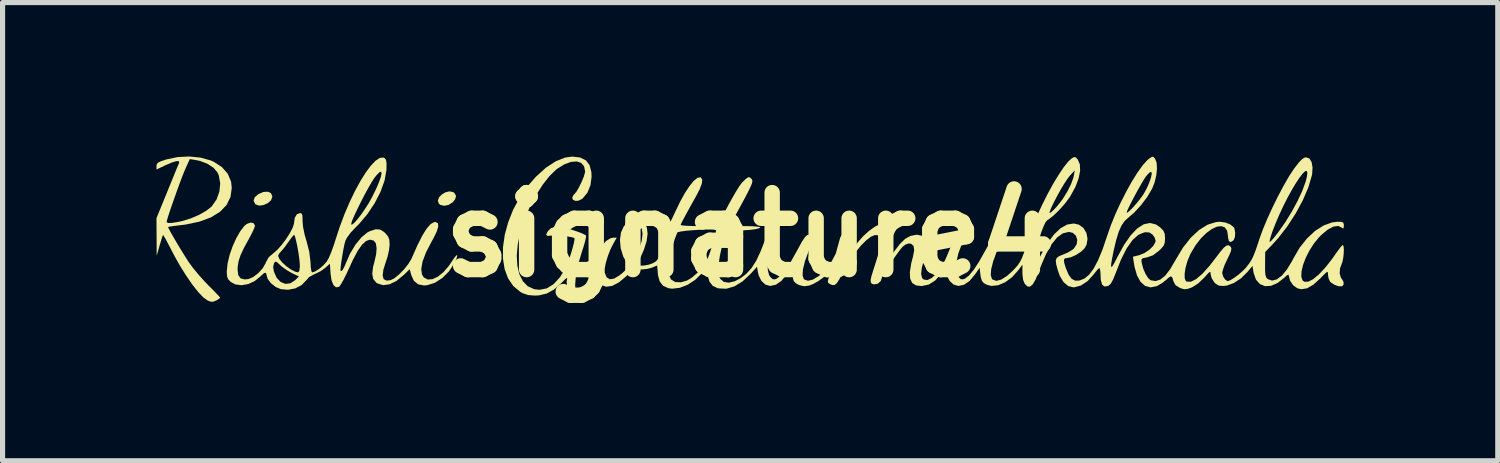
<source format=kicad_pcb>
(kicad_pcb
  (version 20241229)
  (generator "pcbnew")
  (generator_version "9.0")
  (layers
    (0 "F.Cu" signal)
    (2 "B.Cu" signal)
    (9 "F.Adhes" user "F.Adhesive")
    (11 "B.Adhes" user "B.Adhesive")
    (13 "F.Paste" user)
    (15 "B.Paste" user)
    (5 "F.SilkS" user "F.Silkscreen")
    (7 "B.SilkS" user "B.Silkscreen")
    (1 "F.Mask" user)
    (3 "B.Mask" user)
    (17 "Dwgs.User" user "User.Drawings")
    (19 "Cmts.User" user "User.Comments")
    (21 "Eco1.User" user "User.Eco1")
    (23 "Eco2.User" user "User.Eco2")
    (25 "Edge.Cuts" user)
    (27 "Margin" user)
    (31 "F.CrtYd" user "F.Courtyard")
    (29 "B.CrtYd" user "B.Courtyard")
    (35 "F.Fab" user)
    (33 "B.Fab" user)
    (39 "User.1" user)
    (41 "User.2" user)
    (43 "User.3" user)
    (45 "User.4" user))
  (footprint "signature4"
    (layer "F.Cu")
    (at 11.571 1.526)
    (property "Reference" "signature4" (at 0 0 0) (layer "F.SilkS") (effects (font (size 1.5 1.5) (thickness 0.3))))
    (attr board_only exclude_from_pos_files exclude_from_bom)
    (fp_poly (pts (xy -9.341 -0.812) (xy -9.314 -0.751) (xy -9.313 -0.741) (xy -9.338 -0.674) (xy -9.401 -0.617) (xy -9.484 -0.58) (xy -9.568 -0.568) (xy -9.637 -0.591) (xy -9.646 -0.598) (xy -9.679 -0.662) (xy -9.658 -0.729) (xy -9.588 -0.791) (xy -9.489 -0.834) (xy -9.403 -0.84)) (stroke (width 0) (type solid)) (fill yes) (layer "F.SilkS"))
    (fp_poly (pts (xy -5.793 -0.834) (xy -5.763 -0.813) (xy -5.732 -0.756) (xy -5.751 -0.691) (xy -5.798 -0.634) (xy -5.877 -0.583) (xy -5.964 -0.565) (xy -6.04 -0.583) (xy -6.067 -0.605) (xy -6.087 -0.665) (xy -6.065 -0.728) (xy -6.012 -0.784) (xy -5.941 -0.827) (xy -5.864 -0.846)) (stroke (width 0) (type solid)) (fill yes) (layer "F.SilkS"))
    (fp_poly (pts (xy -10.713 -1.504) (xy -10.517 -1.45) (xy -10.456 -1.424) (xy -10.294 -1.318) (xy -10.18 -1.187) (xy -10.117 -1.034) (xy -10.104 -0.913) (xy -10.129 -0.735) (xy -10.206 -0.58) (xy -10.333 -0.448) (xy -10.508 -0.34) (xy -10.731 -0.257) (xy -10.999 -0.2) (xy -11.147 -0.182) (xy -11.244 -0.17) (xy -11.315 -0.159) (xy -11.345 -0.151) (xy -11.345 -0.15) (xy -11.331 -0.118) (xy -11.294 -0.048) (xy -11.238 0.05) (xy -11.171 0.164) (xy -11.099 0.284) (xy -11.027 0.4) (xy -10.962 0.503) (xy -10.94 0.536) (xy -10.858 0.648) (xy -10.75 0.779) (xy -10.634 0.908) (xy -10.564 0.981) (xy -10.472 1.073) (xy -10.397 1.15) (xy -10.347 1.204) (xy -10.329 1.227) (xy -10.352 1.248) (xy -10.405 1.28) (xy -10.408 1.281) (xy -10.471 1.306) (xy -10.525 1.301) (xy -10.577 1.279) (xy -10.659 1.22) (xy -10.758 1.116) (xy -10.87 0.974) (xy -10.989 0.802) (xy -11.112 0.606) (xy -11.231 0.393) (xy -11.301 0.258) (xy -11.357 0.151) (xy -11.403 0.066) (xy -11.434 0.015) (xy -11.444 0.005) (xy -11.457 0.035) (xy -11.479 0.106) (xy -11.508 0.201) (xy -11.511 0.212) (xy -11.567 0.409) (xy -11.569 0.042) (xy -11.571 -0.25) (xy -11.374 -0.25) (xy -11.347 -0.23) (xy -11.27 -0.231) (xy -11.141 -0.252) (xy -11.07 -0.268) (xy -10.906 -0.318) (xy -10.745 -0.387) (xy -10.604 -0.466) (xy -10.5 -0.547) (xy -10.493 -0.555) (xy -10.401 -0.687) (xy -10.345 -0.842) (xy -10.329 -1.003) (xy -10.356 -1.154) (xy -10.382 -1.214) (xy -10.459 -1.306) (xy -10.577 -1.384) (xy -10.722 -1.439) (xy -10.802 -1.456) (xy -10.922 -1.475) (xy -11.007 -1.287) (xy -11.04 -1.209) (xy -11.084 -1.097) (xy -11.134 -0.963) (xy -11.187 -0.815) (xy -11.24 -0.666) (xy -11.289 -0.525) (xy -11.33 -0.403) (xy -11.359 -0.31) (xy -11.373 -0.256) (xy -11.374 -0.25) (xy -11.571 -0.25) (xy -11.571 -0.325) (xy -11.358 -0.847) (xy -11.292 -1.008) (xy -11.233 -1.153) (xy -11.184 -1.273) (xy -11.148 -1.358) (xy -11.13 -1.402) (xy -11.129 -1.404) (xy -11.133 -1.434) (xy -11.181 -1.436) (xy -11.268 -1.41) (xy -11.39 -1.358) (xy -11.395 -1.356) (xy -11.571 -1.272) (xy -11.571 -1.341) (xy -11.565 -1.378) (xy -11.539 -1.407) (xy -11.482 -1.434) (xy -11.382 -1.467) (xy -11.372 -1.47) (xy -11.157 -1.515) (xy -10.932 -1.526)) (stroke (width 0) (type solid)) (fill yes) (layer "F.SilkS"))
    (fp_poly (pts (xy -3.313 -1.506) (xy -3.202 -1.451) (xy -3.13 -1.357) (xy -3.095 -1.221) (xy -3.091 -1.131) (xy -3.113 -0.965) (xy -3.172 -0.82) (xy -3.264 -0.71) (xy -3.279 -0.697) (xy -3.351 -0.663) (xy -3.413 -0.662) (xy -3.457 -0.686) (xy -3.468 -0.729) (xy -3.438 -0.782) (xy -3.425 -0.794) (xy -3.382 -0.847) (xy -3.332 -0.934) (xy -3.282 -1.038) (xy -3.241 -1.138) (xy -3.219 -1.217) (xy -3.217 -1.237) (xy -3.238 -1.337) (xy -3.295 -1.402) (xy -3.383 -1.43) (xy -3.493 -1.42) (xy -3.62 -1.374) (xy -3.757 -1.289) (xy -3.783 -1.269) (xy -3.91 -1.146) (xy -4.043 -0.977) (xy -4.175 -0.771) (xy -4.292 -0.551) (xy -4.402 -0.295) (xy -4.482 -0.047) (xy -4.53 0.189) (xy -4.549 0.406) (xy -4.538 0.601) (xy -4.499 0.769) (xy -4.431 0.904) (xy -4.335 1.003) (xy -4.211 1.06) (xy -4.106 1.072) (xy -3.965 1.045) (xy -3.831 0.962) (xy -3.707 0.827) (xy -3.596 0.645) (xy -3.563 0.568) (xy -3.526 0.467) (xy -3.489 0.354) (xy -3.457 0.244) (xy -3.434 0.15) (xy -3.423 0.086) (xy -3.425 0.065) (xy -3.465 0.05) (xy -3.544 0.035) (xy -3.644 0.022) (xy -3.746 0.015) (xy -3.833 0.013) (xy -3.873 0.016) (xy -3.949 0.022) (xy -3.976 0.003) (xy -3.957 -0.046) (xy -3.937 -0.076) (xy -3.881 -0.13) (xy -3.804 -0.155) (xy -3.697 -0.152) (xy -3.553 -0.121) (xy -3.467 -0.096) (xy -3.355 -0.058) (xy -3.265 -0.023) (xy -3.209 0.006) (xy -3.198 0.017) (xy -3.201 0.058) (xy -3.22 0.137) (xy -3.25 0.242) (xy -3.27 0.301) (xy -3.351 0.568) (xy -3.397 0.793) (xy -3.411 0.978) (xy -3.406 1.045) (xy -3.399 1.125) (xy -3.4 1.176) (xy -3.404 1.185) (xy -3.47 1.16) (xy -3.527 1.095) (xy -3.566 1.009) (xy -3.577 0.917) (xy -3.572 0.885) (xy -3.565 0.849) (xy -3.576 0.843) (xy -3.611 0.871) (xy -3.677 0.938) (xy -3.678 0.939) (xy -3.823 1.067) (xy -3.965 1.145) (xy -4.118 1.181) (xy -4.197 1.185) (xy -4.325 1.175) (xy -4.428 1.141) (xy -4.478 1.114) (xy -4.616 1) (xy -4.719 0.849) (xy -4.786 0.668) (xy -4.818 0.461) (xy -4.817 0.237) (xy -4.783 0.000052) (xy -4.717 -0.243) (xy -4.62 -0.487) (xy -4.492 -0.725) (xy -4.334 -0.951) (xy -4.177 -1.13) (xy -3.98 -1.308) (xy -3.789 -1.433) (xy -3.607 -1.505) (xy -3.465 -1.524)) (stroke (width 0) (type solid)) (fill yes) (layer "F.SilkS"))
    (fp_poly (pts (xy -7.12 -1.49) (xy -7.097 -1.457) (xy -7.087 -1.397) (xy -7.088 -1.297) (xy -7.09 -1.257) (xy -7.126 -1.056) (xy -7.204 -0.839) (xy -7.318 -0.617) (xy -7.461 -0.402) (xy -7.628 -0.205) (xy -7.69 -0.144) (xy -7.788 -0.04) (xy -7.861 0.06) (xy -7.89 0.119) (xy -7.908 0.185) (xy -7.929 0.289) (xy -7.95 0.411) (xy -7.969 0.533) (xy -7.982 0.636) (xy -7.987 0.698) (xy -7.965 0.705) (xy -7.963 0.706) (xy -7.94 0.681) (xy -7.908 0.62) (xy -7.888 0.572) (xy -7.799 0.368) (xy -7.693 0.192) (xy -7.578 0.051) (xy -7.46 -0.046) (xy -7.41 -0.072) (xy -7.299 -0.107) (xy -7.214 -0.102) (xy -7.137 -0.056) (xy -7.11 -0.03) (xy -7.057 0.033) (xy -7.033 0.1) (xy -7.027 0.192) (xy -7.039 0.303) (xy -7.07 0.436) (xy -7.098 0.519) (xy -7.148 0.677) (xy -7.163 0.791) (xy -7.144 0.863) (xy -7.088 0.893) (xy -7.009 0.885) (xy -6.935 0.848) (xy -6.845 0.775) (xy -6.751 0.68) (xy -6.667 0.575) (xy -6.605 0.476) (xy -6.594 0.45) (xy -6.486 0.206) (xy -6.39 0.016) (xy -6.304 -0.122) (xy -6.228 -0.209) (xy -6.159 -0.247) (xy -6.126 -0.248) (xy -6.085 -0.221) (xy -6.079 -0.16) (xy -6.109 -0.063) (xy -6.175 0.072) (xy -6.208 0.131) (xy -6.317 0.341) (xy -6.385 0.52) (xy -6.411 0.665) (xy -6.396 0.776) (xy -6.359 0.833) (xy -6.284 0.872) (xy -6.191 0.865) (xy -6.087 0.816) (xy -5.979 0.729) (xy -5.875 0.609) (xy -5.823 0.533) (xy -5.761 0.44) (xy -5.721 0.397) (xy -5.707 0.402) (xy -5.721 0.455) (xy -5.766 0.553) (xy -5.767 0.555) (xy -5.871 0.714) (xy -6.001 0.843) (xy -6.146 0.936) (xy -6.296 0.983) (xy -6.357 0.988) (xy -6.472 0.965) (xy -6.555 0.896) (xy -6.605 0.785) (xy -6.636 0.67) (xy -6.754 0.785) (xy -6.894 0.899) (xy -7.028 0.965) (xy -7.153 0.982) (xy -7.263 0.949) (xy -7.292 0.929) (xy -7.347 0.859) (xy -7.366 0.76) (xy -7.35 0.625) (xy -7.323 0.525) (xy -7.29 0.381) (xy -7.281 0.258) (xy -7.296 0.166) (xy -7.335 0.114) (xy -7.336 0.114) (xy -7.41 0.095) (xy -7.486 0.121) (xy -7.565 0.193) (xy -7.649 0.313) (xy -7.741 0.486) (xy -7.805 0.625) (xy -7.867 0.759) (xy -7.925 0.875) (xy -7.974 0.962) (xy -8.009 1.011) (xy -8.016 1.016) (xy -8.074 1.023) (xy -8.123 0.978) (xy -8.159 0.887) (xy -8.179 0.755) (xy -8.179 0.746) (xy -8.191 0.564) (xy -8.286 0.648) (xy -8.373 0.71) (xy -8.468 0.757) (xy -8.487 0.764) (xy -8.595 0.823) (xy -8.65 0.885) (xy -8.743 0.981) (xy -8.867 1.045) (xy -9.007 1.072) (xy -9.146 1.06) (xy -9.247 1.018) (xy -9.34 0.944) (xy -9.404 0.86) (xy -9.426 0.784) (xy -9.437 0.741) (xy -9.472 0.745) (xy -9.533 0.799) (xy -9.541 0.808) (xy -9.654 0.9) (xy -9.782 0.96) (xy -9.914 0.983) (xy -10.035 0.967) (xy -10.123 0.92) (xy -10.171 0.871) (xy -10.194 0.817) (xy -10.201 0.736) (xy -10.2 0.701) (xy -10.185 0.557) (xy -10.146 0.394) (xy -10.088 0.227) (xy -10.017 0.069) (xy -9.939 -0.068) (xy -9.86 -0.171) (xy -9.813 -0.21) (xy -9.741 -0.238) (xy -9.683 -0.229) (xy -9.653 -0.186) (xy -9.652 -0.173) (xy -9.666 -0.129) (xy -9.702 -0.05) (xy -9.753 0.048) (xy -9.773 0.085) (xy -9.867 0.257) (xy -9.932 0.396) (xy -9.971 0.513) (xy -9.988 0.62) (xy -9.991 0.677) (xy -9.977 0.786) (xy -9.932 0.849) (xy -9.853 0.87) (xy -9.779 0.863) (xy -9.687 0.824) (xy -9.589 0.749) (xy -9.503 0.655) (xy -9.489 0.631) (xy -9.297 0.631) (xy -9.282 0.719) (xy -9.228 0.839) (xy -9.151 0.92) (xy -9.059 0.957) (xy -8.962 0.946) (xy -8.87 0.886) (xy -8.796 0.812) (xy -8.931 0.747) (xy -9.032 0.689) (xy -9.128 0.62) (xy -9.159 0.592) (xy -9.216 0.539) (xy -9.248 0.522) (xy -9.269 0.537) (xy -9.281 0.557) (xy -9.297 0.631) (xy -9.489 0.631) (xy -9.446 0.558) (xy -9.438 0.535) (xy -9.383 0.437) (xy -9.353 0.411) (xy -9.2 0.411) (xy -9.177 0.47) (xy -9.118 0.542) (xy -9.036 0.616) (xy -8.945 0.68) (xy -8.86 0.722) (xy -8.812 0.733) (xy -8.788 0.706) (xy -8.777 0.626) (xy -8.777 0.6) (xy -8.782 0.522) (xy -8.794 0.42) (xy -8.812 0.305) (xy -8.833 0.192) (xy -8.855 0.095) (xy -8.874 0.026) (xy -8.889 0.000059) (xy -8.889 0.000054) (xy -8.911 0.022) (xy -8.955 0.077) (xy -9 0.14) (xy -9.061 0.225) (xy -9.118 0.296) (xy -9.148 0.328) (xy -9.188 0.378) (xy -9.2 0.411) (xy -9.353 0.411) (xy -9.292 0.359) (xy -9.215 0.293) (xy -9.13 0.196) (xy -9.046 0.084) (xy -8.972 -0.032) (xy -8.917 -0.137) (xy -8.891 -0.219) (xy -8.89 -0.233) (xy -8.875 -0.333) (xy -8.834 -0.4) (xy -8.777 -0.423) (xy -8.745 -0.416) (xy -8.729 -0.385) (xy -8.724 -0.317) (xy -8.725 -0.273) (xy -8.714 -0.151) (xy -8.683 -0.000067) (xy -8.649 0.115) (xy -8.594 0.328) (xy -8.57 0.523) (xy -8.569 0.543) (xy -8.563 0.64) (xy -8.552 0.708) (xy -8.537 0.734) (xy -8.478 0.714) (xy -8.399 0.664) (xy -8.318 0.595) (xy -8.256 0.526) (xy -8.213 0.452) (xy -8.164 0.337) (xy -8.113 0.195) (xy -8.085 0.107) (xy -8.001 -0.151) (xy -7.973 -0.226) (xy -7.774 -0.226) (xy -7.773 -0.195) (xy -7.747 -0.205) (xy -7.701 -0.248) (xy -7.641 -0.318) (xy -7.573 -0.408) (xy -7.502 -0.511) (xy -7.433 -0.62) (xy -7.373 -0.727) (xy -7.294 -0.887) (xy -7.236 -1.021) (xy -7.199 -1.125) (xy -7.184 -1.196) (xy -7.192 -1.229) (xy -7.222 -1.222) (xy -7.275 -1.169) (xy -7.324 -1.109) (xy -7.373 -1.033) (xy -7.437 -0.923) (xy -7.51 -0.79) (xy -7.584 -0.646) (xy -7.654 -0.505) (xy -7.714 -0.378) (xy -7.757 -0.278) (xy -7.774 -0.226) (xy -7.973 -0.226) (xy -7.908 -0.4) (xy -7.807 -0.636) (xy -7.703 -0.853) (xy -7.597 -1.047) (xy -7.493 -1.213) (xy -7.393 -1.347) (xy -7.301 -1.444) (xy -7.219 -1.498) (xy -7.15 -1.506)) (stroke (width 0) (type solid)) (fill yes) (layer "F.SilkS"))
    (fp_poly (pts (xy 7.884 -1.493) (xy 7.892 -1.482) (xy 7.922 -1.404) (xy 7.929 -1.29) (xy 7.915 -1.157) (xy 7.882 -1.019) (xy 7.834 -0.898) (xy 7.74 -0.739) (xy 7.619 -0.578) (xy 7.487 -0.435) (xy 7.375 -0.338) (xy 7.299 -0.269) (xy 7.236 -0.177) (xy 7.182 -0.055) (xy 7.132 0.108) (xy 7.083 0.318) (xy 7.081 0.325) (xy 7.051 0.478) (xy 7.035 0.577) (xy 7.036 0.625) (xy 7.053 0.622) (xy 7.087 0.569) (xy 7.14 0.468) (xy 7.155 0.437) (xy 7.287 0.197) (xy 7.417 0.01) (xy 7.545 -0.124) (xy 7.671 -0.205) (xy 7.793 -0.23) (xy 7.91 -0.201) (xy 7.993 -0.143) (xy 8.053 -0.081) (xy 8.08 -0.018) (xy 8.086 0.07) (xy 8.081 0.151) (xy 8.06 0.21) (xy 8.011 0.27) (xy 7.967 0.312) (xy 7.85 0.4) (xy 7.733 0.441) (xy 7.732 0.441) (xy 7.659 0.455) (xy 7.628 0.476) (xy 7.627 0.521) (xy 7.634 0.56) (xy 7.663 0.665) (xy 7.707 0.765) (xy 7.757 0.844) (xy 7.804 0.885) (xy 7.805 0.886) (xy 7.901 0.902) (xy 7.994 0.873) (xy 8.089 0.797) (xy 8.186 0.67) (xy 8.291 0.491) (xy 8.296 0.482) (xy 8.436 0.249) (xy 8.589 0.055) (xy 8.75 -0.094) (xy 8.916 -0.197) (xy 9.081 -0.248) (xy 9.152 -0.254) (xy 9.26 -0.24) (xy 9.356 -0.202) (xy 9.422 -0.15) (xy 9.437 -0.126) (xy 9.453 -0.043) (xy 9.448 0.042) (xy 9.424 0.104) (xy 9.421 0.107) (xy 9.367 0.142) (xy 9.331 0.124) (xy 9.314 0.055) (xy 9.313 0.03) (xy 9.297 -0.077) (xy 9.252 -0.143) (xy 9.183 -0.168) (xy 9.097 -0.158) (xy 8.998 -0.112) (xy 8.893 -0.036) (xy 8.786 0.069) (xy 8.683 0.201) (xy 8.59 0.356) (xy 8.575 0.387) (xy 8.522 0.513) (xy 8.486 0.64) (xy 8.468 0.755) (xy 8.469 0.847) (xy 8.492 0.903) (xy 8.506 0.912) (xy 8.59 0.915) (xy 8.692 0.864) (xy 8.813 0.761) (xy 8.953 0.605) (xy 9.074 0.449) (xy 9.166 0.328) (xy 9.234 0.249) (xy 9.285 0.21) (xy 9.325 0.204) (xy 9.36 0.228) (xy 9.368 0.237) (xy 9.379 0.269) (xy 9.37 0.321) (xy 9.335 0.403) (xy 9.301 0.473) (xy 9.252 0.577) (xy 9.217 0.671) (xy 9.201 0.736) (xy 9.2 0.742) (xy 9.217 0.81) (xy 9.256 0.871) (xy 9.302 0.902) (xy 9.31 0.903) (xy 9.359 0.885) (xy 9.434 0.839) (xy 9.52 0.775) (xy 9.601 0.705) (xy 9.665 0.639) (xy 9.67 0.632) (xy 9.723 0.563) (xy 9.764 0.501) (xy 9.799 0.434) (xy 9.834 0.349) (xy 9.875 0.234) (xy 9.906 0.14) (xy 10.125 0.14) (xy 10.127 0.141) (xy 10.153 0.12) (xy 10.203 0.064) (xy 10.267 -0.017) (xy 10.292 -0.049) (xy 10.43 -0.245) (xy 10.558 -0.454) (xy 10.671 -0.663) (xy 10.763 -0.862) (xy 10.827 -1.037) (xy 10.852 -1.136) (xy 10.86 -1.214) (xy 10.846 -1.246) (xy 10.813 -1.236) (xy 10.765 -1.189) (xy 10.705 -1.111) (xy 10.635 -1.005) (xy 10.558 -0.876) (xy 10.477 -0.729) (xy 10.396 -0.57) (xy 10.317 -0.401) (xy 10.243 -0.229) (xy 10.177 -0.06) (xy 10.146 0.035) (xy 10.127 0.106) (xy 10.125 0.14) (xy 9.906 0.14) (xy 9.926 0.079) (xy 9.991 -0.101) (xy 10.077 -0.307) (xy 10.177 -0.526) (xy 10.285 -0.746) (xy 10.395 -0.953) (xy 10.5 -1.136) (xy 10.595 -1.281) (xy 10.618 -1.312) (xy 10.699 -1.415) (xy 10.761 -1.477) (xy 10.809 -1.505) (xy 10.837 -1.51) (xy 10.901 -1.485) (xy 10.943 -1.416) (xy 10.961 -1.312) (xy 10.953 -1.184) (xy 10.946 -1.15) (xy 10.878 -0.922) (xy 10.772 -0.674) (xy 10.634 -0.419) (xy 10.472 -0.169) (xy 10.293 0.063) (xy 10.179 0.189) (xy 10.038 0.335) (xy 10.036 0.579) (xy 10.036 0.7) (xy 10.042 0.778) (xy 10.055 0.825) (xy 10.079 0.856) (xy 10.089 0.864) (xy 10.172 0.893) (xy 10.263 0.87) (xy 10.361 0.798) (xy 10.46 0.679) (xy 10.559 0.516) (xy 10.587 0.461) (xy 10.709 0.252) (xy 10.853 0.071) (xy 11.011 -0.076) (xy 11.178 -0.182) (xy 11.345 -0.242) (xy 11.451 -0.254) (xy 11.527 -0.251) (xy 11.561 -0.235) (xy 11.571 -0.196) (xy 11.571 -0.178) (xy 11.566 -0.128) (xy 11.547 -0.127) (xy 11.537 -0.135) (xy 11.464 -0.172) (xy 11.37 -0.16) (xy 11.258 -0.102) (xy 11.135 0.001) (xy 11.086 0.05) (xy 10.985 0.174) (xy 10.898 0.311) (xy 10.827 0.452) (xy 10.775 0.59) (xy 10.746 0.714) (xy 10.742 0.817) (xy 10.765 0.888) (xy 10.8 0.915) (xy 10.875 0.915) (xy 10.97 0.867) (xy 11.082 0.775) (xy 11.207 0.642) (xy 11.341 0.472) (xy 11.408 0.376) (xy 11.469 0.291) (xy 11.518 0.228) (xy 11.548 0.199) (xy 11.55 0.198) (xy 11.565 0.222) (xy 11.571 0.285) (xy 11.568 0.369) (xy 11.558 0.457) (xy 11.542 0.531) (xy 11.529 0.564) (xy 11.496 0.657) (xy 11.49 0.755) (xy 11.513 0.836) (xy 11.529 0.857) (xy 11.565 0.917) (xy 11.565 0.973) (xy 11.534 1.004) (xy 11.472 1.004) (xy 11.394 0.977) (xy 11.324 0.934) (xy 11.299 0.909) (xy 11.272 0.845) (xy 11.262 0.777) (xy 11.26 0.737) (xy 11.25 0.722) (xy 11.224 0.737) (xy 11.174 0.786) (xy 11.111 0.851) (xy 10.976 0.973) (xy 10.855 1.043) (xy 10.743 1.061) (xy 10.665 1.043) (xy 10.584 0.985) (xy 10.523 0.896) (xy 10.499 0.801) (xy 10.499 0.8) (xy 10.491 0.778) (xy 10.461 0.791) (xy 10.407 0.84) (xy 10.276 0.942) (xy 10.149 0.995) (xy 10.033 1.001) (xy 9.934 0.96) (xy 9.858 0.874) (xy 9.812 0.744) (xy 9.81 0.728) (xy 9.79 0.607) (xy 9.69 0.727) (xy 9.567 0.848) (xy 9.429 0.939) (xy 9.29 0.99) (xy 9.224 0.998) (xy 9.136 0.991) (xy 9.074 0.955) (xy 9.042 0.922) (xy 8.996 0.848) (xy 8.975 0.774) (xy 8.975 0.768) (xy 8.972 0.731) (xy 8.96 0.723) (xy 8.929 0.747) (xy 8.873 0.809) (xy 8.847 0.838) (xy 8.73 0.95) (xy 8.614 1.023) (xy 8.598 1.03) (xy 8.516 1.057) (xy 8.457 1.061) (xy 8.392 1.042) (xy 8.373 1.034) (xy 8.29 0.982) (xy 8.252 0.912) (xy 8.229 0.835) (xy 8.203 0.809) (xy 8.161 0.831) (xy 8.118 0.871) (xy 8.033 0.938) (xy 7.939 0.994) (xy 7.923 1.001) (xy 7.805 1.025) (xy 7.699 0.997) (xy 7.61 0.919) (xy 7.54 0.794) (xy 7.491 0.624) (xy 7.484 0.583) (xy 7.46 0.428) (xy 7.587 0.396) (xy 7.687 0.355) (xy 7.782 0.291) (xy 7.857 0.216) (xy 7.898 0.142) (xy 7.902 0.116) (xy 7.883 0.053) (xy 7.843 -0.003) (xy 7.783 -0.044) (xy 7.71 -0.05) (xy 7.683 -0.047) (xy 7.565 0.001) (xy 7.451 0.104) (xy 7.339 0.264) (xy 7.229 0.48) (xy 7.125 0.744) (xy 7.074 0.871) (xy 7.029 0.952) (xy 6.985 0.993) (xy 6.981 0.995) (xy 6.909 1.009) (xy 6.861 0.974) (xy 6.835 0.888) (xy 6.83 0.801) (xy 6.826 0.717) (xy 6.816 0.662) (xy 6.806 0.649) (xy 6.778 0.67) (xy 6.731 0.725) (xy 6.693 0.774) (xy 6.577 0.903) (xy 6.448 0.988) (xy 6.316 1.024) (xy 6.303 1.025) (xy 6.2 1) (xy 6.11 0.925) (xy 6.035 0.802) (xy 5.999 0.702) (xy 5.966 0.582) (xy 5.956 0.503) (xy 5.974 0.452) (xy 6.022 0.416) (xy 6.1 0.385) (xy 6.197 0.343) (xy 6.281 0.292) (xy 6.311 0.267) (xy 6.364 0.184) (xy 6.375 0.096) (xy 6.348 0.017) (xy 6.288 -0.038) (xy 6.212 -0.056) (xy 6.096 -0.029) (xy 5.982 0.052) (xy 5.872 0.189) (xy 5.764 0.381) (xy 5.658 0.628) (xy 5.626 0.714) (xy 5.565 0.867) (xy 5.508 0.965) (xy 5.454 1.011) (xy 5.402 1.006) (xy 5.35 0.953) (xy 5.32 0.878) (xy 5.306 0.767) (xy 5.306 0.736) (xy 5.306 0.582) (xy 5.222 0.696) (xy 5.103 0.828) (xy 4.971 0.925) (xy 4.834 0.983) (xy 4.704 0.997) (xy 4.617 0.976) (xy 4.554 0.942) (xy 4.515 0.894) (xy 4.493 0.818) (xy 4.481 0.724) (xy 4.473 0.643) (xy 4.383 0.771) (xy 4.277 0.899) (xy 4.17 0.973) (xy 4.059 0.997) (xy 4.057 0.997) (xy 3.966 0.971) (xy 3.888 0.9) (xy 3.834 0.795) (xy 3.822 0.748) (xy 3.804 0.649) (xy 3.725 0.758) (xy 3.606 0.891) (xy 3.481 0.97) (xy 3.343 0.999) (xy 3.338 0.999) (xy 3.23 0.986) (xy 3.157 0.938) (xy 3.118 0.853) (xy 3.112 0.728) (xy 3.138 0.56) (xy 3.173 0.427) (xy 3.197 0.301) (xy 3.185 0.217) (xy 3.136 0.175) (xy 3.094 0.169) (xy 3.029 0.189) (xy 2.971 0.233) (xy 2.925 0.288) (xy 2.864 0.371) (xy 2.793 0.471) (xy 2.721 0.578) (xy 2.655 0.678) (xy 2.603 0.762) (xy 2.573 0.817) (xy 2.568 0.832) (xy 2.545 0.902) (xy 2.488 0.953) (xy 2.418 0.967) (xy 2.414 0.967) (xy 2.373 0.954) (xy 2.351 0.928) (xy 2.348 0.882) (xy 2.364 0.804) (xy 2.4 0.688) (xy 2.425 0.612) (xy 2.491 0.398) (xy 2.528 0.229) (xy 2.535 0.106) (xy 2.527 0.059) (xy 2.49 0.01) (xy 2.431 0.005) (xy 2.352 0.039) (xy 2.26 0.11) (xy 2.159 0.211) (xy 2.053 0.34) (xy 1.948 0.49) (xy 1.847 0.657) (xy 1.796 0.755) (xy 1.735 0.873) (xy 1.687 0.945) (xy 1.645 0.979) (xy 1.6 0.98) (xy 1.552 0.959) (xy 1.52 0.937) (xy 1.513 0.906) (xy 1.528 0.846) (xy 1.54 0.814) (xy 1.559 0.746) (xy 1.567 0.695) (xy 1.563 0.672) (xy 1.548 0.688) (xy 1.535 0.717) (xy 1.495 0.772) (xy 1.419 0.838) (xy 1.325 0.905) (xy 1.228 0.959) (xy 1.154 0.989) (xy 1.055 1.003) (xy 0.963 0.983) (xy 0.947 0.976) (xy 0.885 0.942) (xy 0.846 0.894) (xy 0.824 0.817) (xy 0.812 0.724) (xy 0.804 0.643) (xy 0.715 0.771) (xy 0.608 0.899) (xy 0.501 0.973) (xy 0.39 0.997) (xy 0.388 0.997) (xy 0.297 0.971) (xy 0.219 0.899) (xy 0.166 0.793) (xy 0.152 0.733) (xy 0.134 0.623) (xy 0.009 0.761) (xy -0.148 0.908) (xy -0.308 1.006) (xy -0.467 1.052) (xy -0.62 1.044) (xy -0.637 1.04) (xy -0.731 0.994) (xy -0.793 0.913) (xy -0.831 0.788) (xy -0.835 0.767) (xy -0.854 0.646) (xy -0.937 0.746) (xy -1.069 0.876) (xy -1.218 0.974) (xy -1.373 1.034) (xy -1.521 1.051) (xy -1.597 1.04) (xy -1.698 0.993) (xy -1.762 0.913) (xy -1.796 0.791) (xy -1.8 0.75) (xy -1.804 0.7) (xy -1.59 0.7) (xy -1.572 0.812) (xy -1.541 0.872) (xy -1.46 0.921) (xy -1.349 0.926) (xy -1.229 0.891) (xy -1.141 0.838) (xy -1.041 0.753) (xy -0.946 0.653) (xy -0.872 0.554) (xy -0.855 0.525) (xy -0.824 0.455) (xy -0.788 0.357) (xy -0.75 0.244) (xy -0.715 0.129) (xy -0.687 0.026) (xy -0.669 -0.051) (xy -0.666 -0.09) (xy -0.667 -0.09) (xy -0.7 -0.099) (xy -0.776 -0.103) (xy -0.883 -0.102) (xy -1.006 -0.096) (xy -1.133 -0.088) (xy -1.25 -0.078) (xy -1.345 -0.065) (xy -1.405 -0.052) (xy -1.418 -0.045) (xy -1.436 -0.005) (xy -1.466 0.074) (xy -1.501 0.177) (xy -1.512 0.212) (xy -1.56 0.39) (xy -1.586 0.556) (xy -1.59 0.7) (xy -1.804 0.7) (xy -1.813 0.598) (xy -1.912 0.64) (xy -2.005 0.665) (xy -2.113 0.676) (xy -2.141 0.675) (xy -2.215 0.675) (xy -2.271 0.69) (xy -2.327 0.727) (xy -2.402 0.796) (xy -2.409 0.803) (xy -2.557 0.927) (xy -2.689 0.996) (xy -2.808 1.012) (xy -2.915 0.974) (xy -2.969 0.93) (xy -3.015 0.881) (xy -3.039 0.836) (xy -3.047 0.778) (xy -3.044 0.688) (xy -3.042 0.652) (xy -3.015 0.492) (xy -2.964 0.344) (xy -2.893 0.217) (xy -2.809 0.121) (xy -2.719 0.066) (xy -2.665 0.056) (xy -2.6 0.056) (xy -2.669 0.176) (xy -2.726 0.291) (xy -2.776 0.421) (xy -2.814 0.55) (xy -2.835 0.661) (xy -2.835 0.738) (xy -2.798 0.828) (xy -2.737 0.867) (xy -2.653 0.854) (xy -2.547 0.791) (xy -2.481 0.737) (xy -2.412 0.672) (xy -2.381 0.629) (xy -2.38 0.596) (xy -2.392 0.574) (xy -2.475 0.421) (xy -2.524 0.26) (xy -2.532 0.167) (xy -2.399 0.167) (xy -2.386 0.314) (xy -2.355 0.417) (xy -2.325 0.482) (xy -2.305 0.502) (xy -2.28 0.482) (xy -2.267 0.466) (xy -2.229 0.405) (xy -2.185 0.32) (xy -2.17 0.287) (xy -2.114 0.121) (xy -2.097 -0.023) (xy -2.114 -0.122) (xy -2.157 -0.182) (xy -2.216 -0.191) (xy -2.283 -0.15) (xy -2.334 -0.088) (xy -2.382 0.026) (xy -2.399 0.167) (xy -2.532 0.167) (xy -2.538 0.102) (xy -2.518 -0.044) (xy -2.463 -0.165) (xy -2.389 -0.241) (xy -2.301 -0.276) (xy -2.197 -0.28) (xy -2.102 -0.255) (xy -2.06 -0.226) (xy -2.013 -0.14) (xy -1.999 -0.02) (xy -2.019 0.127) (xy -2.071 0.29) (xy -2.103 0.365) (xy -2.148 0.462) (xy -2.177 0.539) (xy -2.188 0.583) (xy -2.187 0.588) (xy -2.141 0.602) (xy -2.063 0.599) (xy -1.974 0.582) (xy -1.895 0.553) (xy -1.894 0.552) (xy -1.85 0.527) (xy -1.817 0.498) (xy -1.788 0.454) (xy -1.76 0.386) (xy -1.726 0.283) (xy -1.684 0.145) (xy -1.651 0.032) (xy -1.633 -0.039) (xy -1.631 -0.078) (xy -1.643 -0.096) (xy -1.667 -0.105) (xy -1.715 -0.129) (xy -1.711 -0.155) (xy -1.655 -0.174) (xy -1.65 -0.175) (xy -1.614 -0.186) (xy -1.58 -0.217) (xy -1.542 -0.277) (xy -1.494 -0.375) (xy -1.458 -0.453) (xy -1.364 -0.648) (xy -1.27 -0.817) (xy -1.18 -0.953) (xy -1.098 -1.052) (xy -1.027 -1.11) (xy -0.971 -1.12) (xy -0.961 -1.116) (xy -0.934 -1.073) (xy -0.943 -0.997) (xy -0.986 -0.884) (xy -1.049 -0.762) (xy -1.15 -0.581) (xy -1.226 -0.443) (xy -1.281 -0.342) (xy -1.318 -0.273) (xy -1.34 -0.228) (xy -1.351 -0.203) (xy -1.354 -0.191) (xy -1.328 -0.183) (xy -1.255 -0.176) (xy -1.147 -0.172) (xy -1.013 -0.169) (xy -0.974 -0.169) (xy -0.814 -0.171) (xy -0.703 -0.175) (xy -0.635 -0.182) (xy -0.6 -0.194) (xy -0.593 -0.207) (xy -0.579 -0.258) (xy -0.542 -0.346) (xy -0.487 -0.46) (xy -0.421 -0.587) (xy -0.349 -0.717) (xy -0.279 -0.838) (xy -0.216 -0.939) (xy -0.165 -1.009) (xy -0.153 -1.023) (xy -0.083 -1.091) (xy -0.038 -1.122) (xy -0.005 -1.119) (xy 0.029 -1.086) (xy 0.029 -1.086) (xy 0.04 -1.067) (xy 0.043 -1.042) (xy 0.035 -1.003) (xy 0.012 -0.946) (xy -0.027 -0.864) (xy -0.086 -0.749) (xy -0.168 -0.597) (xy -0.251 -0.445) (xy -0.4 -0.169) (xy -0.101 -0.169) (xy 0.021 -0.167) (xy 0.119 -0.161) (xy 0.181 -0.153) (xy 0.198 -0.145) (xy 0.171 -0.126) (xy 0.099 -0.109) (xy -0.007 -0.095) (xy -0.136 -0.087) (xy -0.24 -0.085) (xy -0.35 -0.079) (xy -0.423 -0.063) (xy -0.444 -0.049) (xy -0.482 0.021) (xy -0.522 0.131) (xy -0.559 0.265) (xy -0.59 0.407) (xy -0.61 0.54) (xy -0.613 0.57) (xy -0.619 0.692) (xy -0.614 0.774) (xy -0.598 0.832) (xy -0.582 0.86) (xy -0.513 0.918) (xy -0.415 0.933) (xy -0.297 0.904) (xy -0.19 0.848) (xy -0.073 0.759) (xy 0.028 0.647) (xy 0.119 0.504) (xy 0.205 0.319) (xy 0.267 0.16) (xy 0.309 0.064) (xy 0.359 -0.021) (xy 0.379 -0.048) (xy 0.428 -0.095) (xy 0.469 -0.102) (xy 0.5 -0.089) (xy 0.527 -0.072) (xy 0.539 -0.051) (xy 0.534 -0.013) (xy 0.51 0.053) (xy 0.466 0.157) (xy 0.459 0.172) (xy 0.388 0.364) (xy 0.349 0.535) (xy 0.342 0.678) (xy 0.368 0.785) (xy 0.389 0.817) (xy 0.434 0.864) (xy 0.477 0.869) (xy 0.518 0.854) (xy 0.595 0.795) (xy 0.688 0.683) (xy 0.796 0.519) (xy 0.916 0.304) (xy 0.932 0.275) (xy 1.007 0.138) (xy 1.065 0.05) (xy 1.108 0.007) (xy 1.127 0) (xy 1.183 0.009) (xy 1.21 0.041) (xy 1.211 0.103) (xy 1.184 0.201) (xy 1.137 0.326) (xy 1.067 0.518) (xy 1.029 0.673) (xy 1.021 0.788) (xy 1.044 0.861) (xy 1.054 0.871) (xy 1.126 0.896) (xy 1.221 0.874) (xy 1.334 0.806) (xy 1.404 0.749) (xy 1.561 0.571) (xy 1.669 0.365) (xy 1.719 0.183) (xy 1.754 0.055) (xy 1.803 -0.023) (xy 1.87 -0.052) (xy 1.905 -0.05) (xy 1.942 -0.034) (xy 1.958 0.011) (xy 1.96 0.071) (xy 1.954 0.175) (xy 1.939 0.275) (xy 1.938 0.282) (xy 1.926 0.345) (xy 1.93 0.359) (xy 1.955 0.332) (xy 1.96 0.325) (xy 2.002 0.272) (xy 2.062 0.194) (xy 2.11 0.132) (xy 2.208 0.022) (xy 2.321 -0.079) (xy 2.434 -0.16) (xy 2.531 -0.208) (xy 2.546 -0.212) (xy 2.652 -0.219) (xy 2.727 -0.178) (xy 2.772 -0.09) (xy 2.787 0.045) (xy 2.771 0.227) (xy 2.748 0.353) (xy 2.739 0.4) (xy 2.745 0.409) (xy 2.772 0.376) (xy 2.807 0.325) (xy 2.919 0.178) (xy 3.021 0.079) (xy 3.124 0.022) (xy 3.235 0.000482) (xy 3.257 0) (xy 3.355 0.021) (xy 3.416 0.085) (xy 3.439 0.19) (xy 3.425 0.336) (xy 3.387 0.484) (xy 3.344 0.649) (xy 3.332 0.769) (xy 3.353 0.845) (xy 3.381 0.872) (xy 3.455 0.882) (xy 3.539 0.842) (xy 3.629 0.76) (xy 3.718 0.639) (xy 3.803 0.486) (xy 3.855 0.364) (xy 3.927 0.186) (xy 3.984 0.056) (xy 4.031 -0.031) (xy 4.072 -0.082) (xy 4.11 -0.102) (xy 4.151 -0.097) (xy 4.172 -0.087) (xy 4.197 -0.071) (xy 4.208 -0.048) (xy 4.201 -0.008) (xy 4.176 0.061) (xy 4.129 0.17) (xy 4.128 0.172) (xy 4.057 0.364) (xy 4.018 0.535) (xy 4.011 0.678) (xy 4.037 0.785) (xy 4.057 0.817) (xy 4.103 0.864) (xy 4.146 0.869) (xy 4.187 0.854) (xy 4.264 0.795) (xy 4.357 0.683) (xy 4.464 0.519) (xy 4.585 0.304) (xy 4.601 0.275) (xy 4.676 0.138) (xy 4.734 0.05) (xy 4.777 0.007) (xy 4.796 0) (xy 4.852 0.009) (xy 4.879 0.041) (xy 4.88 0.103) (xy 4.853 0.201) (xy 4.806 0.326) (xy 4.736 0.518) (xy 4.697 0.673) (xy 4.689 0.788) (xy 4.713 0.861) (xy 4.723 0.871) (xy 4.797 0.898) (xy 4.892 0.874) (xy 5.006 0.802) (xy 5.109 0.709) (xy 5.17 0.646) (xy 5.218 0.59) (xy 5.258 0.53) (xy 5.295 0.457) (xy 5.333 0.361) (xy 5.377 0.232) (xy 5.431 0.061) (xy 5.446 0.014) (xy 5.512 -0.174) (xy 5.595 -0.377) (xy 5.621 -0.433) (xy 5.835 -0.433) (xy 5.839 -0.423) (xy 5.87 -0.443) (xy 5.925 -0.495) (xy 5.992 -0.568) (xy 5.993 -0.569) (xy 6.091 -0.696) (xy 6.181 -0.841) (xy 6.254 -0.988) (xy 6.301 -1.117) (xy 6.309 -1.157) (xy 6.326 -1.256) (xy 6.225 -1.145) (xy 6.18 -1.086) (xy 6.123 -0.999) (xy 6.059 -0.893) (xy 5.995 -0.778) (xy 5.935 -0.664) (xy 5.885 -0.563) (xy 5.849 -0.482) (xy 5.835 -0.433) (xy 5.621 -0.433) (xy 5.692 -0.586) (xy 5.796 -0.793) (xy 5.903 -0.989) (xy 6.01 -1.166) (xy 6.11 -1.315) (xy 6.199 -1.427) (xy 6.266 -1.488) (xy 6.315 -1.516) (xy 6.349 -1.506) (xy 6.383 -1.469) (xy 6.425 -1.374) (xy 6.431 -1.247) (xy 6.401 -1.096) (xy 6.338 -0.93) (xy 6.243 -0.757) (xy 6.216 -0.716) (xy 6.126 -0.597) (xy 6.021 -0.48) (xy 5.915 -0.377) (xy 5.821 -0.303) (xy 5.793 -0.286) (xy 5.757 -0.244) (xy 5.715 -0.157) (xy 5.67 -0.039) (xy 5.627 0.098) (xy 5.588 0.243) (xy 5.557 0.383) (xy 5.537 0.507) (xy 5.533 0.587) (xy 5.54 0.609) (xy 5.56 0.591) (xy 5.597 0.53) (xy 5.654 0.42) (xy 5.665 0.397) (xy 5.789 0.174) (xy 5.918 -0.002) (xy 6.049 -0.127) (xy 6.179 -0.2) (xy 6.308 -0.22) (xy 6.407 -0.197) (xy 6.496 -0.132) (xy 6.554 -0.035) (xy 6.575 0.078) (xy 6.557 0.192) (xy 6.517 0.265) (xy 6.446 0.332) (xy 6.35 0.394) (xy 6.253 0.437) (xy 6.183 0.452) (xy 6.135 0.459) (xy 6.115 0.487) (xy 6.121 0.547) (xy 6.151 0.646) (xy 6.206 0.777) (xy 6.265 0.858) (xy 6.336 0.894) (xy 6.415 0.892) (xy 6.513 0.855) (xy 6.605 0.779) (xy 6.693 0.662) (xy 6.78 0.499) (xy 6.867 0.288) (xy 6.957 0.023) (xy 6.957 0.023) (xy 7.03 -0.186) (xy 7.119 -0.405) (xy 7.132 -0.434) (xy 7.338 -0.434) (xy 7.354 -0.433) (xy 7.395 -0.467) (xy 7.454 -0.526) (xy 7.521 -0.602) (xy 7.589 -0.684) (xy 7.647 -0.763) (xy 7.673 -0.802) (xy 7.732 -0.911) (xy 7.78 -1.021) (xy 7.813 -1.119) (xy 7.827 -1.192) (xy 7.817 -1.228) (xy 7.787 -1.216) (xy 7.74 -1.169) (xy 7.707 -1.128) (xy 7.666 -1.064) (xy 7.611 -0.971) (xy 7.548 -0.859) (xy 7.484 -0.74) (xy 7.425 -0.627) (xy 7.377 -0.53) (xy 7.346 -0.461) (xy 7.338 -0.434) (xy 7.132 -0.434) (xy 7.22 -0.625) (xy 7.329 -0.839) (xy 7.439 -1.038) (xy 7.548 -1.212) (xy 7.649 -1.353) (xy 7.739 -1.453) (xy 7.77 -1.479) (xy 7.825 -1.517) (xy 7.856 -1.521)) (stroke (width 0) (type solid)) (fill yes) (layer "F.SilkS")))
  (gr_rect
    (start -3 -3)
    (end 26.142 5.93)
    (stroke (width 0.1) (type default))
    (fill no)
    (layer "Edge.Cuts")))
</source>
